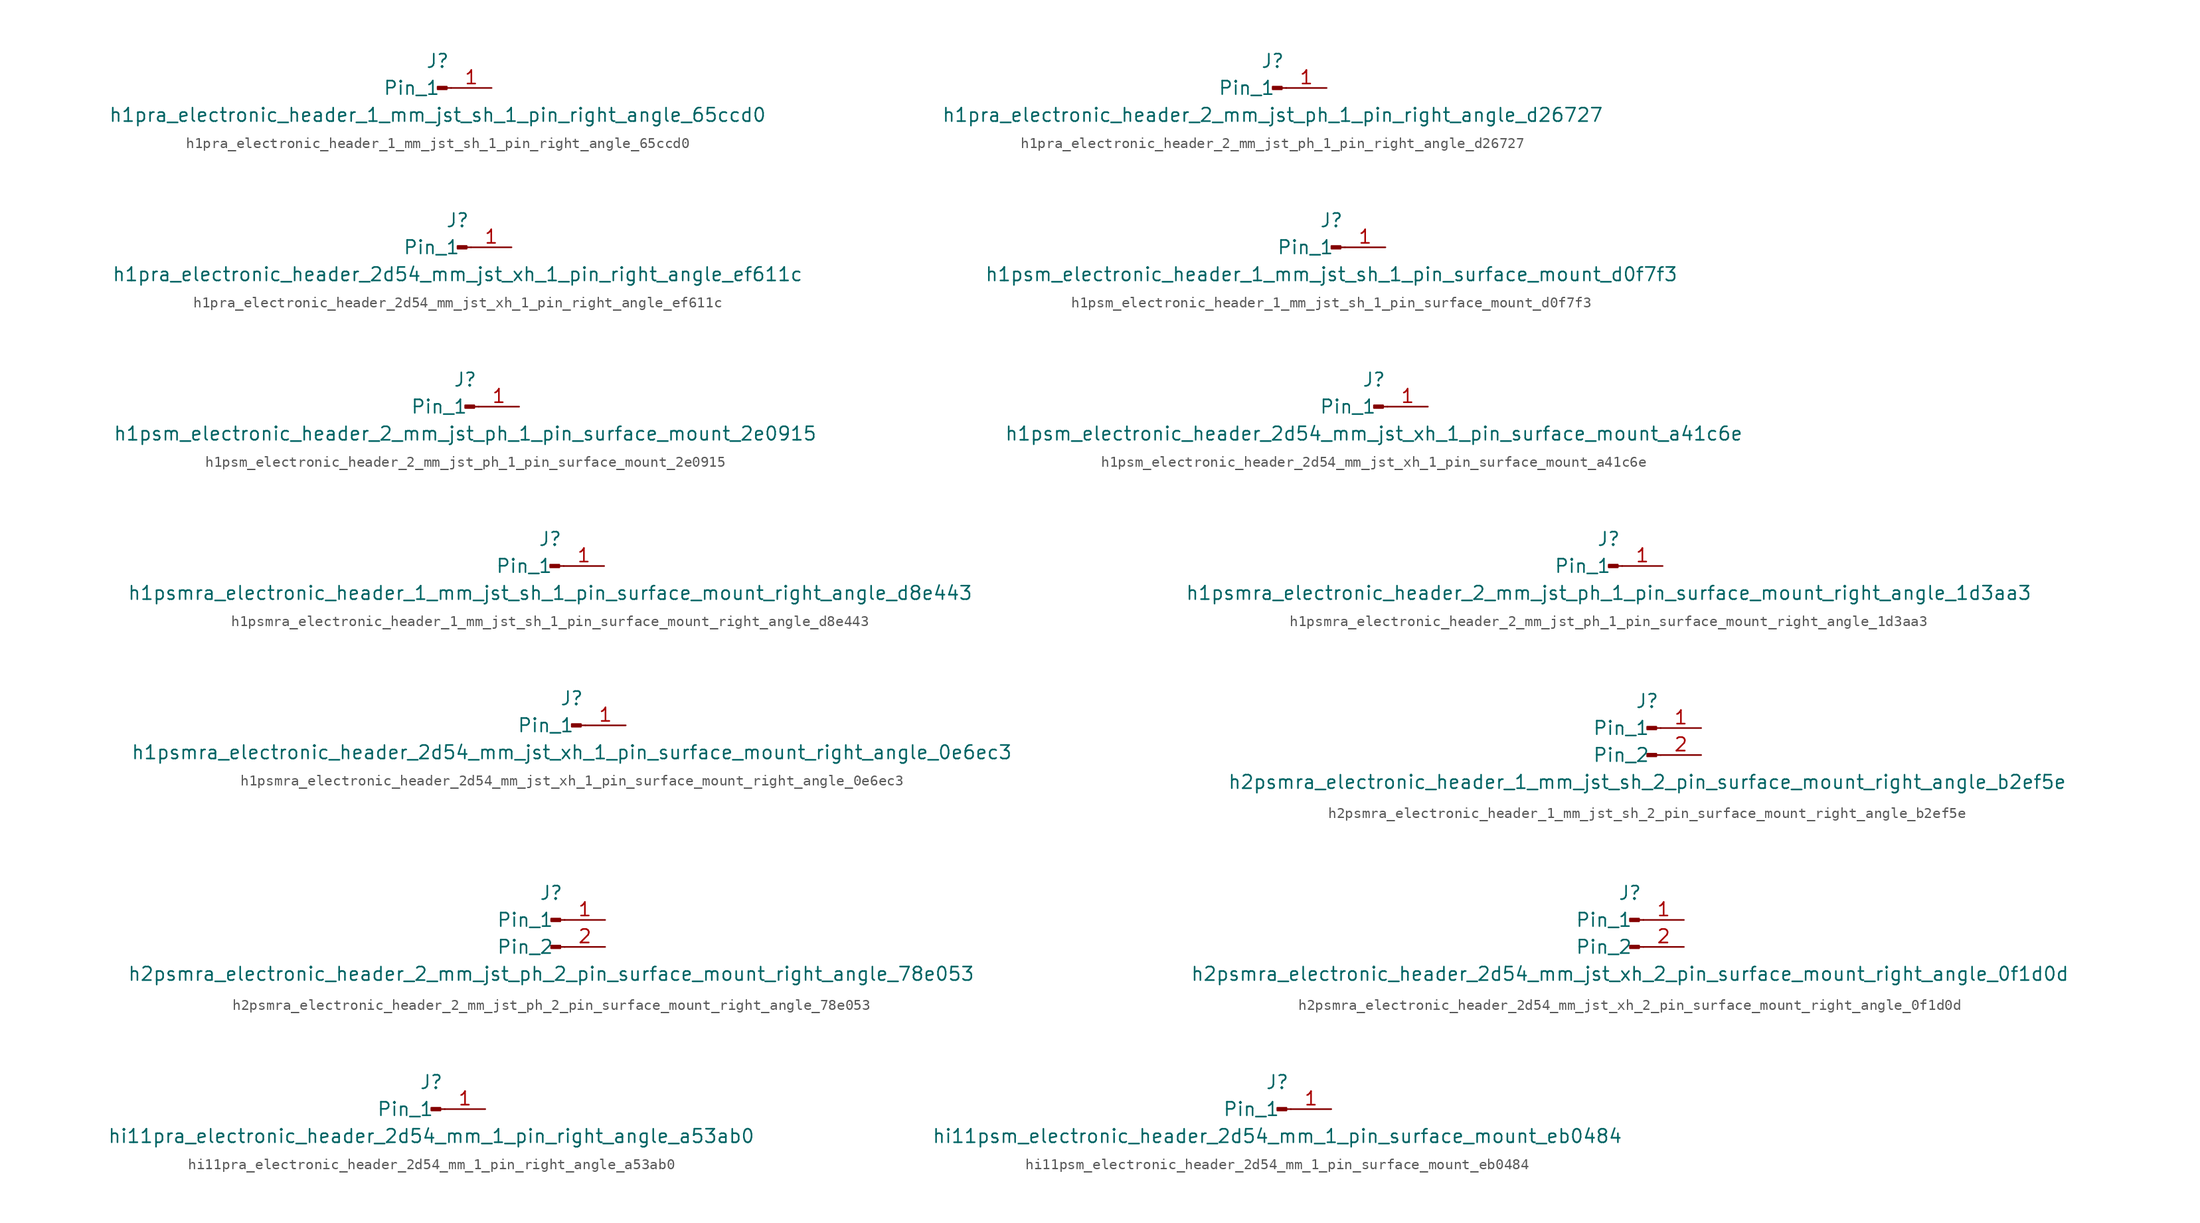
<source format=kicad_sym>
(kicad_symbol_lib
  (version 20220914)
  (generator kicad_symbol_editor)
  (symbol "h1pra_electronic_header_1_mm_jst_sh_1_pin_right_angle_65ccd0"
    (pin_names
      (offset 1.016))
    (property "Reference" "J"
      (at 0 2.54 0)
      (effects (font (size 1.27 1.27))))
    (property "Value" "h1pra_electronic_header_1_mm_jst_sh_1_pin_right_angle_65ccd0"
      (at 0 -2.54 0)
      (effects (font (size 1.27 1.27))))
    (property "ki_locked" ""
      (at 0 0 0)
      (effects (font (size 1.27 1.27))))
    (symbol "h1pra_electronic_header_1_mm_jst_sh_1_pin_right_angle_65ccd0_1_1"
      (polyline (pts (xy 1.27 0) (xy 0.864 0)) (stroke (width 0.152) (type default)) (fill (type none)))
      (rectangle (start 0.864 0.127) (end 0 -0.127) (stroke (width 0.152) (type default)) (fill (type outline)))
      (pin passive line (at 5.08 0 180) (length 3.81) (name "Pin_1" (effects (font (size 1.27 1.27)))) (number "1" (effects (font (size 1.27 1.27)))))))
  (symbol "h1pra_electronic_header_2_mm_jst_ph_1_pin_right_angle_d26727"
    (pin_names
      (offset 1.016))
    (property "Reference" "J"
      (at 0 2.54 0)
      (effects (font (size 1.27 1.27))))
    (property "Value" "h1pra_electronic_header_2_mm_jst_ph_1_pin_right_angle_d26727"
      (at 0 -2.54 0)
      (effects (font (size 1.27 1.27))))
    (property "ki_locked" ""
      (at 0 0 0)
      (effects (font (size 1.27 1.27))))
    (symbol "h1pra_electronic_header_2_mm_jst_ph_1_pin_right_angle_d26727_1_1"
      (polyline (pts (xy 1.27 0) (xy 0.864 0)) (stroke (width 0.152) (type default)) (fill (type none)))
      (rectangle (start 0.864 0.127) (end 0 -0.127) (stroke (width 0.152) (type default)) (fill (type outline)))
      (pin passive line (at 5.08 0 180) (length 3.81) (name "Pin_1" (effects (font (size 1.27 1.27)))) (number "1" (effects (font (size 1.27 1.27)))))))
  (symbol "h1pra_electronic_header_2d54_mm_jst_xh_1_pin_right_angle_ef611c"
    (pin_names
      (offset 1.016))
    (property "Reference" "J"
      (at 0 2.54 0)
      (effects (font (size 1.27 1.27))))
    (property "Value" "h1pra_electronic_header_2d54_mm_jst_xh_1_pin_right_angle_ef611c"
      (at 0 -2.54 0)
      (effects (font (size 1.27 1.27))))
    (property "ki_locked" ""
      (at 0 0 0)
      (effects (font (size 1.27 1.27))))
    (symbol "h1pra_electronic_header_2d54_mm_jst_xh_1_pin_right_angle_ef611c_1_1"
      (polyline (pts (xy 1.27 0) (xy 0.864 0)) (stroke (width 0.152) (type default)) (fill (type none)))
      (rectangle (start 0.864 0.127) (end 0 -0.127) (stroke (width 0.152) (type default)) (fill (type outline)))
      (pin passive line (at 5.08 0 180) (length 3.81) (name "Pin_1" (effects (font (size 1.27 1.27)))) (number "1" (effects (font (size 1.27 1.27)))))))
  (symbol "h1psm_electronic_header_1_mm_jst_sh_1_pin_surface_mount_d0f7f3"
    (pin_names
      (offset 1.016))
    (property "Reference" "J"
      (at 0 2.54 0)
      (effects (font (size 1.27 1.27))))
    (property "Value" "h1psm_electronic_header_1_mm_jst_sh_1_pin_surface_mount_d0f7f3"
      (at 0 -2.54 0)
      (effects (font (size 1.27 1.27))))
    (property "ki_locked" ""
      (at 0 0 0)
      (effects (font (size 1.27 1.27))))
    (symbol "h1psm_electronic_header_1_mm_jst_sh_1_pin_surface_mount_d0f7f3_1_1"
      (polyline (pts (xy 1.27 0) (xy 0.864 0)) (stroke (width 0.152) (type default)) (fill (type none)))
      (rectangle (start 0.864 0.127) (end 0 -0.127) (stroke (width 0.152) (type default)) (fill (type outline)))
      (pin passive line (at 5.08 0 180) (length 3.81) (name "Pin_1" (effects (font (size 1.27 1.27)))) (number "1" (effects (font (size 1.27 1.27)))))))
  (symbol "h1psm_electronic_header_2_mm_jst_ph_1_pin_surface_mount_2e0915"
    (pin_names
      (offset 1.016))
    (property "Reference" "J"
      (at 0 2.54 0)
      (effects (font (size 1.27 1.27))))
    (property "Value" "h1psm_electronic_header_2_mm_jst_ph_1_pin_surface_mount_2e0915"
      (at 0 -2.54 0)
      (effects (font (size 1.27 1.27))))
    (property "ki_locked" ""
      (at 0 0 0)
      (effects (font (size 1.27 1.27))))
    (symbol "h1psm_electronic_header_2_mm_jst_ph_1_pin_surface_mount_2e0915_1_1"
      (polyline (pts (xy 1.27 0) (xy 0.864 0)) (stroke (width 0.152) (type default)) (fill (type none)))
      (rectangle (start 0.864 0.127) (end 0 -0.127) (stroke (width 0.152) (type default)) (fill (type outline)))
      (pin passive line (at 5.08 0 180) (length 3.81) (name "Pin_1" (effects (font (size 1.27 1.27)))) (number "1" (effects (font (size 1.27 1.27)))))))
  (symbol "h1psm_electronic_header_2d54_mm_jst_xh_1_pin_surface_mount_a41c6e"
    (pin_names
      (offset 1.016))
    (property "Reference" "J"
      (at 0 2.54 0)
      (effects (font (size 1.27 1.27))))
    (property "Value" "h1psm_electronic_header_2d54_mm_jst_xh_1_pin_surface_mount_a41c6e"
      (at 0 -2.54 0)
      (effects (font (size 1.27 1.27))))
    (property "ki_locked" ""
      (at 0 0 0)
      (effects (font (size 1.27 1.27))))
    (symbol "h1psm_electronic_header_2d54_mm_jst_xh_1_pin_surface_mount_a41c6e_1_1"
      (polyline (pts (xy 1.27 0) (xy 0.864 0)) (stroke (width 0.152) (type default)) (fill (type none)))
      (rectangle (start 0.864 0.127) (end 0 -0.127) (stroke (width 0.152) (type default)) (fill (type outline)))
      (pin passive line (at 5.08 0 180) (length 3.81) (name "Pin_1" (effects (font (size 1.27 1.27)))) (number "1" (effects (font (size 1.27 1.27)))))))
  (symbol "h1psmra_electronic_header_1_mm_jst_sh_1_pin_surface_mount_right_angle_d8e443"
    (pin_names
      (offset 1.016))
    (property "Reference" "J"
      (at 0 2.54 0)
      (effects (font (size 1.27 1.27))))
    (property "Value" "h1psmra_electronic_header_1_mm_jst_sh_1_pin_surface_mount_right_angle_d8e443"
      (at 0 -2.54 0)
      (effects (font (size 1.27 1.27))))
    (property "ki_locked" ""
      (at 0 0 0)
      (effects (font (size 1.27 1.27))))
    (symbol "h1psmra_electronic_header_1_mm_jst_sh_1_pin_surface_mount_right_angle_d8e443_1_1"
      (polyline (pts (xy 1.27 0) (xy 0.864 0)) (stroke (width 0.152) (type default)) (fill (type none)))
      (rectangle (start 0.864 0.127) (end 0 -0.127) (stroke (width 0.152) (type default)) (fill (type outline)))
      (pin passive line (at 5.08 0 180) (length 3.81) (name "Pin_1" (effects (font (size 1.27 1.27)))) (number "1" (effects (font (size 1.27 1.27)))))))
  (symbol "h1psmra_electronic_header_2_mm_jst_ph_1_pin_surface_mount_right_angle_1d3aa3"
    (pin_names
      (offset 1.016))
    (property "Reference" "J"
      (at 0 2.54 0)
      (effects (font (size 1.27 1.27))))
    (property "Value" "h1psmra_electronic_header_2_mm_jst_ph_1_pin_surface_mount_right_angle_1d3aa3"
      (at 0 -2.54 0)
      (effects (font (size 1.27 1.27))))
    (property "ki_locked" ""
      (at 0 0 0)
      (effects (font (size 1.27 1.27))))
    (symbol "h1psmra_electronic_header_2_mm_jst_ph_1_pin_surface_mount_right_angle_1d3aa3_1_1"
      (polyline (pts (xy 1.27 0) (xy 0.864 0)) (stroke (width 0.152) (type default)) (fill (type none)))
      (rectangle (start 0.864 0.127) (end 0 -0.127) (stroke (width 0.152) (type default)) (fill (type outline)))
      (pin passive line (at 5.08 0 180) (length 3.81) (name "Pin_1" (effects (font (size 1.27 1.27)))) (number "1" (effects (font (size 1.27 1.27)))))))
  (symbol "h1psmra_electronic_header_2d54_mm_jst_xh_1_pin_surface_mount_right_angle_0e6ec3"
    (pin_names
      (offset 1.016))
    (property "Reference" "J"
      (at 0 2.54 0)
      (effects (font (size 1.27 1.27))))
    (property "Value" "h1psmra_electronic_header_2d54_mm_jst_xh_1_pin_surface_mount_right_angle_0e6ec3"
      (at 0 -2.54 0)
      (effects (font (size 1.27 1.27))))
    (property "ki_locked" ""
      (at 0 0 0)
      (effects (font (size 1.27 1.27))))
    (symbol "h1psmra_electronic_header_2d54_mm_jst_xh_1_pin_surface_mount_right_angle_0e6ec3_1_1"
      (polyline (pts (xy 1.27 0) (xy 0.864 0)) (stroke (width 0.152) (type default)) (fill (type none)))
      (rectangle (start 0.864 0.127) (end 0 -0.127) (stroke (width 0.152) (type default)) (fill (type outline)))
      (pin passive line (at 5.08 0 180) (length 3.81) (name "Pin_1" (effects (font (size 1.27 1.27)))) (number "1" (effects (font (size 1.27 1.27)))))))
  (symbol "h2psmra_electronic_header_1_mm_jst_sh_2_pin_surface_mount_right_angle_b2ef5e"
    (pin_names
      (offset 1.016))
    (property "Reference" "J"
      (at 0 2.54 0)
      (effects (font (size 1.27 1.27))))
    (property "Value" "h2psmra_electronic_header_1_mm_jst_sh_2_pin_surface_mount_right_angle_b2ef5e"
      (at 0 -5.08 0)
      (effects (font (size 1.27 1.27))))
    (property "ki_locked" ""
      (at 0 0 0)
      (effects (font (size 1.27 1.27))))
    (symbol "h2psmra_electronic_header_1_mm_jst_sh_2_pin_surface_mount_right_angle_b2ef5e_1_1"
      (polyline (pts (xy 1.27 -2.54) (xy 0.864 -2.54)) (stroke (width 0.152) (type default)) (fill (type none)))
      (polyline (pts (xy 1.27 0) (xy 0.864 0)) (stroke (width 0.152) (type default)) (fill (type none)))
      (rectangle (start 0.864 -2.413) (end 0 -2.667) (stroke (width 0.152) (type default)) (fill (type outline)))
      (rectangle (start 0.864 0.127) (end 0 -0.127) (stroke (width 0.152) (type default)) (fill (type outline)))
      (pin passive line (at 5.08 0 180) (length 3.81) (name "Pin_1" (effects (font (size 1.27 1.27)))) (number "1" (effects (font (size 1.27 1.27)))))
      (pin passive line (at 5.08 -2.54 180) (length 3.81) (name "Pin_2" (effects (font (size 1.27 1.27)))) (number "2" (effects (font (size 1.27 1.27)))))))
  (symbol "h2psmra_electronic_header_2_mm_jst_ph_2_pin_surface_mount_right_angle_78e053"
    (pin_names
      (offset 1.016))
    (property "Reference" "J"
      (at 0 2.54 0)
      (effects (font (size 1.27 1.27))))
    (property "Value" "h2psmra_electronic_header_2_mm_jst_ph_2_pin_surface_mount_right_angle_78e053"
      (at 0 -5.08 0)
      (effects (font (size 1.27 1.27))))
    (property "ki_locked" ""
      (at 0 0 0)
      (effects (font (size 1.27 1.27))))
    (symbol "h2psmra_electronic_header_2_mm_jst_ph_2_pin_surface_mount_right_angle_78e053_1_1"
      (polyline (pts (xy 1.27 -2.54) (xy 0.864 -2.54)) (stroke (width 0.152) (type default)) (fill (type none)))
      (polyline (pts (xy 1.27 0) (xy 0.864 0)) (stroke (width 0.152) (type default)) (fill (type none)))
      (rectangle (start 0.864 -2.413) (end 0 -2.667) (stroke (width 0.152) (type default)) (fill (type outline)))
      (rectangle (start 0.864 0.127) (end 0 -0.127) (stroke (width 0.152) (type default)) (fill (type outline)))
      (pin passive line (at 5.08 0 180) (length 3.81) (name "Pin_1" (effects (font (size 1.27 1.27)))) (number "1" (effects (font (size 1.27 1.27)))))
      (pin passive line (at 5.08 -2.54 180) (length 3.81) (name "Pin_2" (effects (font (size 1.27 1.27)))) (number "2" (effects (font (size 1.27 1.27)))))))
  (symbol "h2psmra_electronic_header_2d54_mm_jst_xh_2_pin_surface_mount_right_angle_0f1d0d"
    (pin_names
      (offset 1.016))
    (property "Reference" "J"
      (at 0 2.54 0)
      (effects (font (size 1.27 1.27))))
    (property "Value" "h2psmra_electronic_header_2d54_mm_jst_xh_2_pin_surface_mount_right_angle_0f1d0d"
      (at 0 -5.08 0)
      (effects (font (size 1.27 1.27))))
    (property "ki_locked" ""
      (at 0 0 0)
      (effects (font (size 1.27 1.27))))
    (symbol "h2psmra_electronic_header_2d54_mm_jst_xh_2_pin_surface_mount_right_angle_0f1d0d_1_1"
      (polyline (pts (xy 1.27 -2.54) (xy 0.864 -2.54)) (stroke (width 0.152) (type default)) (fill (type none)))
      (polyline (pts (xy 1.27 0) (xy 0.864 0)) (stroke (width 0.152) (type default)) (fill (type none)))
      (rectangle (start 0.864 -2.413) (end 0 -2.667) (stroke (width 0.152) (type default)) (fill (type outline)))
      (rectangle (start 0.864 0.127) (end 0 -0.127) (stroke (width 0.152) (type default)) (fill (type outline)))
      (pin passive line (at 5.08 0 180) (length 3.81) (name "Pin_1" (effects (font (size 1.27 1.27)))) (number "1" (effects (font (size 1.27 1.27)))))
      (pin passive line (at 5.08 -2.54 180) (length 3.81) (name "Pin_2" (effects (font (size 1.27 1.27)))) (number "2" (effects (font (size 1.27 1.27)))))))
  (symbol "hi11pra_electronic_header_2d54_mm_1_pin_right_angle_a53ab0"
    (pin_names
      (offset 1.016))
    (property "Reference" "J"
      (at 0 2.54 0)
      (effects (font (size 1.27 1.27))))
    (property "Value" "hi11pra_electronic_header_2d54_mm_1_pin_right_angle_a53ab0"
      (at 0 -2.54 0)
      (effects (font (size 1.27 1.27))))
    (property "ki_locked" ""
      (at 0 0 0)
      (effects (font (size 1.27 1.27))))
    (symbol "hi11pra_electronic_header_2d54_mm_1_pin_right_angle_a53ab0_1_1"
      (polyline (pts (xy 1.27 0) (xy 0.864 0)) (stroke (width 0.152) (type default)) (fill (type none)))
      (rectangle (start 0.864 0.127) (end 0 -0.127) (stroke (width 0.152) (type default)) (fill (type outline)))
      (pin passive line (at 5.08 0 180) (length 3.81) (name "Pin_1" (effects (font (size 1.27 1.27)))) (number "1" (effects (font (size 1.27 1.27)))))))
  (symbol "hi11psm_electronic_header_2d54_mm_1_pin_surface_mount_eb0484"
    (pin_names
      (offset 1.016))
    (property "Reference" "J"
      (at 0 2.54 0)
      (effects (font (size 1.27 1.27))))
    (property "Value" "hi11psm_electronic_header_2d54_mm_1_pin_surface_mount_eb0484"
      (at 0 -2.54 0)
      (effects (font (size 1.27 1.27))))
    (property "ki_locked" ""
      (at 0 0 0)
      (effects (font (size 1.27 1.27))))
    (symbol "hi11psm_electronic_header_2d54_mm_1_pin_surface_mount_eb0484_1_1"
      (polyline (pts (xy 1.27 0) (xy 0.864 0)) (stroke (width 0.152) (type default)) (fill (type none)))
      (rectangle (start 0.864 0.127) (end 0 -0.127) (stroke (width 0.152) (type default)) (fill (type outline)))
      (pin passive line (at 5.08 0 180) (length 3.81) (name "Pin_1" (effects (font (size 1.27 1.27)))) (number "1" (effects (font (size 1.27 1.27))))))))
</source>
